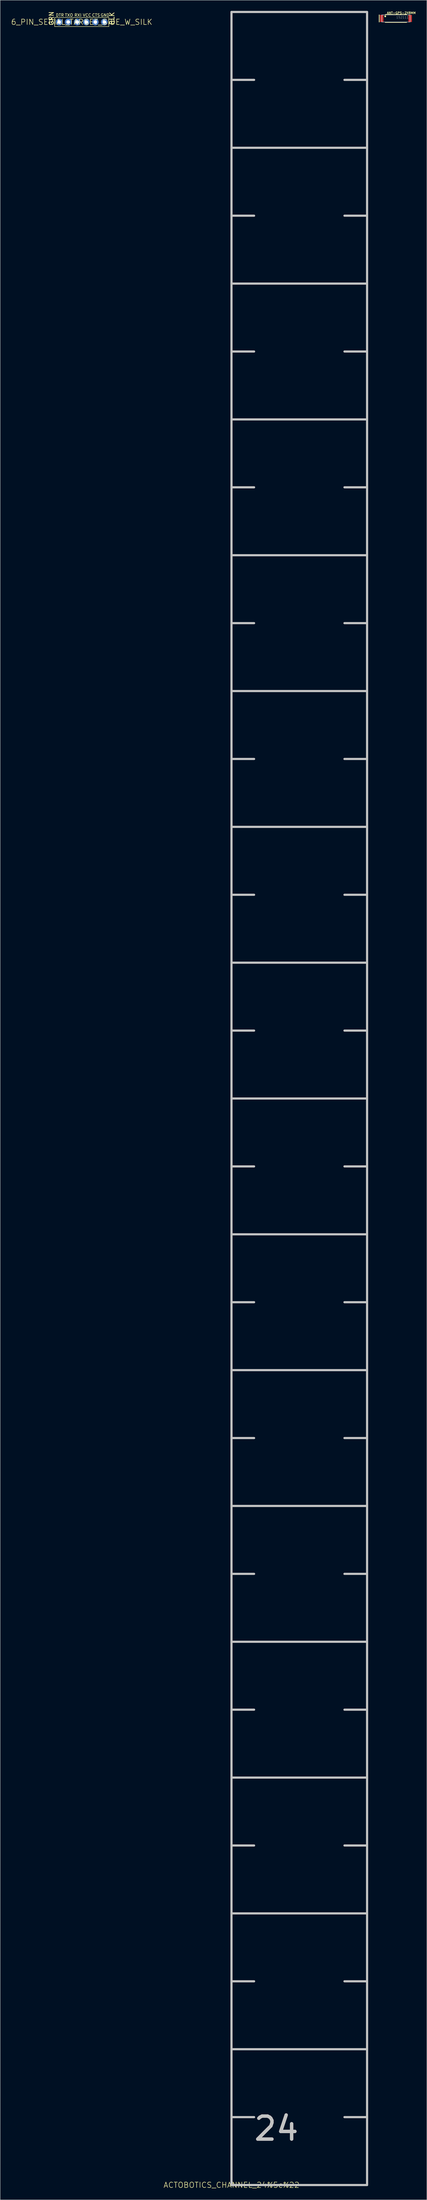
<source format=kicad_pcb>
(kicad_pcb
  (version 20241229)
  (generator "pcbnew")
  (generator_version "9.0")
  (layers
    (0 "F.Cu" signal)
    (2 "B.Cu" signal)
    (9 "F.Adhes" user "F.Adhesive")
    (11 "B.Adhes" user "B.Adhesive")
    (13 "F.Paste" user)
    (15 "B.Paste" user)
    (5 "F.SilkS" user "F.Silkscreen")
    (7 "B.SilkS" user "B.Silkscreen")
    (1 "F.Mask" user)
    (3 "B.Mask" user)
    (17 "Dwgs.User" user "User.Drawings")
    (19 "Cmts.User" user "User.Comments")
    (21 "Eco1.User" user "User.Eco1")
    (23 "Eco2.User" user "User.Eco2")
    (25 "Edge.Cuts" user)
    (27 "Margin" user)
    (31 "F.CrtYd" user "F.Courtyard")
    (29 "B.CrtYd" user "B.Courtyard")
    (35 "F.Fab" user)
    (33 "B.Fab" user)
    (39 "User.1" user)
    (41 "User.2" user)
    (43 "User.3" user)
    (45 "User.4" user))
  (footprint "ACTOBOTICS_CHANNEL_24%5c%22"
    (layer "F.Cu")
    (at 62.001 609.905)
    (property "Reference" "ACTOBOTICS_CHANNEL_24%5c%22" (at 0 0 0) (layer "F.SilkS") (effects (font (size 1.524 1.524) (thickness 0.15))))
    (attr exclude_from_pos_files exclude_from_bom)
    (fp_line (start 0 -609.6) (end 0 -438.15) (stroke (width 0.61) (type solid)) (layer "Dwgs.User"))
    (fp_line (start 0 -590.55) (end 6.35 -590.55) (stroke (width 0.61) (type solid)) (layer "Dwgs.User"))
    (fp_line (start 0 -571.5) (end 38.1 -571.5) (stroke (width 0.61) (type solid)) (layer "Dwgs.User"))
    (fp_line (start 0 -552.45) (end 6.35 -552.45) (stroke (width 0.61) (type solid)) (layer "Dwgs.User"))
    (fp_line (start 0 -533.4) (end 38.1 -533.4) (stroke (width 0.61) (type solid)) (layer "Dwgs.User"))
    (fp_line (start 0 -514.35) (end 6.35 -514.35) (stroke (width 0.61) (type solid)) (layer "Dwgs.User"))
    (fp_line (start 0 -495.3) (end 38.1 -495.3) (stroke (width 0.61) (type solid)) (layer "Dwgs.User"))
    (fp_line (start 0 -476.25) (end 6.35 -476.25) (stroke (width 0.61) (type solid)) (layer "Dwgs.User"))
    (fp_line (start 0 -457.2) (end 38.1 -457.2) (stroke (width 0.61) (type solid)) (layer "Dwgs.User"))
    (fp_line (start 0 -438.15) (end 0 -419.1) (stroke (width 0.61) (type solid)) (layer "Dwgs.User"))
    (fp_line (start 0 -438.15) (end 6.35 -438.15) (stroke (width 0.61) (type solid)) (layer "Dwgs.User"))
    (fp_line (start 0 -419.1) (end 0 -400.05) (stroke (width 0.61) (type solid)) (layer "Dwgs.User"))
    (fp_line (start 0 -419.1) (end 38.1 -419.1) (stroke (width 0.61) (type solid)) (layer "Dwgs.User"))
    (fp_line (start 0 -400.05) (end 0 -381) (stroke (width 0.61) (type solid)) (layer "Dwgs.User"))
    (fp_line (start 0 -400.05) (end 6.35 -400.05) (stroke (width 0.61) (type solid)) (layer "Dwgs.User"))
    (fp_line (start 0 -381) (end 0 -342.9) (stroke (width 0.61) (type solid)) (layer "Dwgs.User"))
    (fp_line (start 0 -381) (end 38.1 -381) (stroke (width 0.61) (type solid)) (layer "Dwgs.User"))
    (fp_line (start 0 -361.95) (end 6.35 -361.95) (stroke (width 0.61) (type solid)) (layer "Dwgs.User"))
    (fp_line (start 0 -342.9) (end 0 -304.8) (stroke (width 0.61) (type solid)) (layer "Dwgs.User"))
    (fp_line (start 0 -342.9) (end 38.1 -342.9) (stroke (width 0.61) (type solid)) (layer "Dwgs.User"))
    (fp_line (start 0 -323.85) (end 6.35 -323.85) (stroke (width 0.61) (type solid)) (layer "Dwgs.User"))
    (fp_line (start 0 -304.8) (end 0 -190.5) (stroke (width 0.61) (type solid)) (layer "Dwgs.User"))
    (fp_line (start 0 -304.8) (end 38.1 -304.8) (stroke (width 0.61) (type solid)) (layer "Dwgs.User"))
    (fp_line (start 0 -285.75) (end 6.35 -285.75) (stroke (width 0.61) (type solid)) (layer "Dwgs.User"))
    (fp_line (start 0 -266.7) (end 38.1 -266.7) (stroke (width 0.61) (type solid)) (layer "Dwgs.User"))
    (fp_line (start 0 -247.65) (end 6.35 -247.65) (stroke (width 0.61) (type solid)) (layer "Dwgs.User"))
    (fp_line (start 0 -228.6) (end 38.1 -228.6) (stroke (width 0.61) (type solid)) (layer "Dwgs.User"))
    (fp_line (start 0 -209.55) (end 6.35 -209.55) (stroke (width 0.61) (type solid)) (layer "Dwgs.User"))
    (fp_line (start 0 -190.5) (end 0 -152.4) (stroke (width 0.61) (type solid)) (layer "Dwgs.User"))
    (fp_line (start 0 -190.5) (end 38.1 -190.5) (stroke (width 0.61) (type solid)) (layer "Dwgs.User"))
    (fp_line (start 0 -171.45) (end 6.35 -171.45) (stroke (width 0.61) (type solid)) (layer "Dwgs.User"))
    (fp_line (start 0 -152.4) (end 0 -114.3) (stroke (width 0.61) (type solid)) (layer "Dwgs.User"))
    (fp_line (start 0 -152.4) (end 38.1 -152.4) (stroke (width 0.61) (type solid)) (layer "Dwgs.User"))
    (fp_line (start 0 -133.35) (end 6.35 -133.35) (stroke (width 0.61) (type solid)) (layer "Dwgs.User"))
    (fp_line (start 0 -114.3) (end 0 -76.2) (stroke (width 0.61) (type solid)) (layer "Dwgs.User"))
    (fp_line (start 0 -114.3) (end 38.1 -114.3) (stroke (width 0.61) (type solid)) (layer "Dwgs.User"))
    (fp_line (start 0 -95.25) (end 6.35 -95.25) (stroke (width 0.61) (type solid)) (layer "Dwgs.User"))
    (fp_line (start 0 -76.2) (end 0 -57.15) (stroke (width 0.61) (type solid)) (layer "Dwgs.User"))
    (fp_line (start 0 -76.2) (end 38.1 -76.2) (stroke (width 0.61) (type solid)) (layer "Dwgs.User"))
    (fp_line (start 0 -57.15) (end 0 -38.1) (stroke (width 0.61) (type solid)) (layer "Dwgs.User"))
    (fp_line (start 0 -57.15) (end 6.35 -57.15) (stroke (width 0.61) (type solid)) (layer "Dwgs.User"))
    (fp_line (start 0 -38.1) (end 0 -19.05) (stroke (width 0.61) (type solid)) (layer "Dwgs.User"))
    (fp_line (start 0 -38.1) (end 38.1 -38.1) (stroke (width 0.61) (type solid)) (layer "Dwgs.User"))
    (fp_line (start 0 -19.05) (end 0 0) (stroke (width 0.61) (type solid)) (layer "Dwgs.User"))
    (fp_line (start 0 -19.05) (end 6.35 -19.05) (stroke (width 0.61) (type solid)) (layer "Dwgs.User"))
    (fp_line (start 0 0) (end 38.1 0) (stroke (width 0.61) (type solid)) (layer "Dwgs.User"))
    (fp_line (start 38.1 -609.6) (end 0 -609.6) (stroke (width 0.61) (type solid)) (layer "Dwgs.User"))
    (fp_line (start 38.1 -590.55) (end 31.75 -590.55) (stroke (width 0.61) (type solid)) (layer "Dwgs.User"))
    (fp_line (start 38.1 -552.45) (end 31.75 -552.45) (stroke (width 0.61) (type solid)) (layer "Dwgs.User"))
    (fp_line (start 38.1 -514.35) (end 31.75 -514.35) (stroke (width 0.61) (type solid)) (layer "Dwgs.User"))
    (fp_line (start 38.1 -476.25) (end 31.75 -476.25) (stroke (width 0.61) (type solid)) (layer "Dwgs.User"))
    (fp_line (start 38.1 -438.15) (end 31.75 -438.15) (stroke (width 0.61) (type solid)) (layer "Dwgs.User"))
    (fp_line (start 38.1 -438.15) (end 38.1 -609.6) (stroke (width 0.61) (type solid)) (layer "Dwgs.User"))
    (fp_line (start 38.1 -419.1) (end 38.1 -438.15) (stroke (width 0.61) (type solid)) (layer "Dwgs.User"))
    (fp_line (start 38.1 -400.05) (end 31.75 -400.05) (stroke (width 0.61) (type solid)) (layer "Dwgs.User"))
    (fp_line (start 38.1 -400.05) (end 38.1 -419.1) (stroke (width 0.61) (type solid)) (layer "Dwgs.User"))
    (fp_line (start 38.1 -381) (end 38.1 -400.05) (stroke (width 0.61) (type solid)) (layer "Dwgs.User"))
    (fp_line (start 38.1 -361.95) (end 31.75 -361.95) (stroke (width 0.61) (type solid)) (layer "Dwgs.User"))
    (fp_line (start 38.1 -342.9) (end 38.1 -381) (stroke (width 0.61) (type solid)) (layer "Dwgs.User"))
    (fp_line (start 38.1 -323.85) (end 31.75 -323.85) (stroke (width 0.61) (type solid)) (layer "Dwgs.User"))
    (fp_line (start 38.1 -304.8) (end 38.1 -342.9) (stroke (width 0.61) (type solid)) (layer "Dwgs.User"))
    (fp_line (start 38.1 -285.75) (end 31.75 -285.75) (stroke (width 0.61) (type solid)) (layer "Dwgs.User"))
    (fp_line (start 38.1 -247.65) (end 31.75 -247.65) (stroke (width 0.61) (type solid)) (layer "Dwgs.User"))
    (fp_line (start 38.1 -209.55) (end 31.75 -209.55) (stroke (width 0.61) (type solid)) (layer "Dwgs.User"))
    (fp_line (start 38.1 -190.5) (end 38.1 -304.8) (stroke (width 0.61) (type solid)) (layer "Dwgs.User"))
    (fp_line (start 38.1 -171.45) (end 31.75 -171.45) (stroke (width 0.61) (type solid)) (layer "Dwgs.User"))
    (fp_line (start 38.1 -152.4) (end 38.1 -190.5) (stroke (width 0.61) (type solid)) (layer "Dwgs.User"))
    (fp_line (start 38.1 -133.35) (end 31.75 -133.35) (stroke (width 0.61) (type solid)) (layer "Dwgs.User"))
    (fp_line (start 38.1 -114.3) (end 38.1 -152.4) (stroke (width 0.61) (type solid)) (layer "Dwgs.User"))
    (fp_line (start 38.1 -95.25) (end 31.75 -95.25) (stroke (width 0.61) (type solid)) (layer "Dwgs.User"))
    (fp_line (start 38.1 -76.2) (end 38.1 -114.3) (stroke (width 0.61) (type solid)) (layer "Dwgs.User"))
    (fp_line (start 38.1 -57.15) (end 31.75 -57.15) (stroke (width 0.61) (type solid)) (layer "Dwgs.User"))
    (fp_line (start 38.1 -57.15) (end 38.1 -76.2) (stroke (width 0.61) (type solid)) (layer "Dwgs.User"))
    (fp_line (start 38.1 -38.1) (end 38.1 -57.15) (stroke (width 0.61) (type solid)) (layer "Dwgs.User"))
    (fp_line (start 38.1 -19.05) (end 31.75 -19.05) (stroke (width 0.61) (type solid)) (layer "Dwgs.User"))
    (fp_line (start 38.1 -19.05) (end 38.1 -38.1) (stroke (width 0.61) (type solid)) (layer "Dwgs.User"))
    (fp_line (start 38.1 0) (end 38.1 -19.05) (stroke (width 0.61) (type solid)) (layer "Dwgs.User"))
    (fp_text user "24" (at 12.598 -15.824 180) (layer "Dwgs.User") (effects (font (size 6.452 6.452) (thickness 0.97)))))
  (footprint "ANT-GPS-2X8MM"
    (layer "F.Cu")
    (at 108.206 2.126)
    (property "Reference" "ANT-GPS-2X8MM" (at 1.524 -1.547 0) (layer "F.SilkS") (effects (font (size 0.61 0.61) (thickness 0.127))))
    (attr smd)
    (fp_line (start -4.699 -0.998) (end -4.699 0.998) (stroke (width 0.203) (type solid)) (layer "F.SilkS"))
    (fp_line (start -3 -1.1) (end 3 -1.1) (stroke (width 0.203) (type solid)) (layer "F.SilkS"))
    (fp_line (start 3 1.1) (end -3 1.1) (stroke (width 0.203) (type solid)) (layer "F.SilkS"))
    (fp_circle (center -3 -0.599) (end -3 -0.853) (stroke (width 0) (type solid)) (fill yes) (layer "F.SilkS"))
    (fp_line (start -3.998 -0.998) (end -3.998 0.998) (stroke (width 0.127) (type solid)) (layer "Dwgs.User"))
    (fp_line (start -3.998 0.998) (end 3.998 0.998) (stroke (width 0.127) (type solid)) (layer "Dwgs.User"))
    (fp_line (start 3.998 -0.998) (end -3.998 -0.998) (stroke (width 0.127) (type solid)) (layer "Dwgs.User"))
    (fp_line (start 3.998 0.998) (end 3.998 -0.998) (stroke (width 0.127) (type solid)) (layer "Dwgs.User"))
    (fp_text user "152111" (at 1.829 -0.305 0) (layer "Dwgs.User") (effects (font (size 0.61 0.61) (thickness 0.051))))
    (pad "NC" smd rect (at 3.998 0) (size 0.998 1.999) (layers "F.Cu" "F.Mask" "F.Paste"))
    (pad "SIG" smd rect (at -3.998 0) (size 0.998 1.999) (layers "F.Cu" "F.Mask" "F.Paste")))
  (footprint "6_PIN_SERIAL_TARGET_SIDE_W_SILK"
    (layer "F.Cu")
    (at 19.921 3.129)
    (property "Reference" "6_PIN_SERIAL_TARGET_SIDE_W_SILK" (at 0 0 0) (layer "F.SilkS") (effects (font (size 1.524 1.524) (thickness 0.15))))
    (attr exclude_from_pos_files exclude_from_bom)
    (fp_line (start -7.62 -1.27) (end 7.62 -1.27) (stroke (width 0.127) (type solid)) (layer "F.SilkS"))
    (fp_line (start -7.62 1.27) (end -7.62 -1.27) (stroke (width 0.127) (type solid)) (layer "F.SilkS"))
    (fp_line (start 7.62 -1.27) (end 7.62 1.27) (stroke (width 0.127) (type solid)) (layer "F.SilkS"))
    (fp_line (start 7.62 1.27) (end -7.62 1.27) (stroke (width 0.127) (type solid)) (layer "F.SilkS"))
    (fp_text user "DTR" (at -6.147 -1.93 0) (layer "F.SilkS") (effects (font (size 0.813 0.813) (thickness 0.127))))
    (fp_text user "CTS" (at 4.013 -1.93 0) (layer "F.SilkS") (effects (font (size 0.813 0.813) (thickness 0.127))))
    (fp_text user "RXI" (at -1.067 -1.93 0) (layer "F.SilkS") (effects (font (size 0.813 0.813) (thickness 0.127))))
    (fp_text user "GND" (at 6.553 -1.93 0) (layer "F.SilkS") (effects (font (size 0.813 0.813) (thickness 0.127))))
    (fp_text user "TXO" (at -3.604 -1.93 0) (layer "F.SilkS") (effects (font (size 0.813 0.813) (thickness 0.127))))
    (fp_text user "VCC" (at 1.473 -1.93 0) (layer "F.SilkS") (effects (font (size 0.813 0.813) (thickness 0.127))))
    (fp_text user "BLK" (at 8.509 -1.016 90) (layer "F.SilkS") (effects (font (size 1.27 1.27) (thickness 0.203))))
    (fp_text user "GRN" (at -8.509 -1.016 90) (layer "F.SilkS") (effects (font (size 1.27 1.27) (thickness 0.203))))
    (pad "P$1" thru_hole circle (at -6.35 0) (size 1.88 1.88) (drill 1.016) (layers "*.Cu" "*.Paste" "*.Mask"))
    (pad "P$2" thru_hole circle (at -3.81 0) (size 1.88 1.88) (drill 1.016) (layers "*.Cu" "*.Paste" "*.Mask"))
    (pad "P$3" thru_hole circle (at -1.27 0) (size 1.88 1.88) (drill 1.016) (layers "*.Cu" "*.Paste" "*.Mask"))
    (pad "P$4" thru_hole circle (at 1.27 0) (size 1.88 1.88) (drill 1.016) (layers "*.Cu" "*.Paste" "*.Mask"))
    (pad "P$5" thru_hole circle (at 3.81 0) (size 1.88 1.88) (drill 1.016) (layers "*.Cu" "*.Paste" "*.Mask"))
    (pad "P$6" thru_hole circle (at 6.35 0) (size 1.88 1.88) (drill 1.016) (layers "*.Cu" "*.Paste" "*.Mask")))
  (gr_rect
    (start -3 -3)
    (end 116.895 614.06)
    (stroke (width 0.1) (type default))
    (fill no)
    (layer "Edge.Cuts")))
</source>
